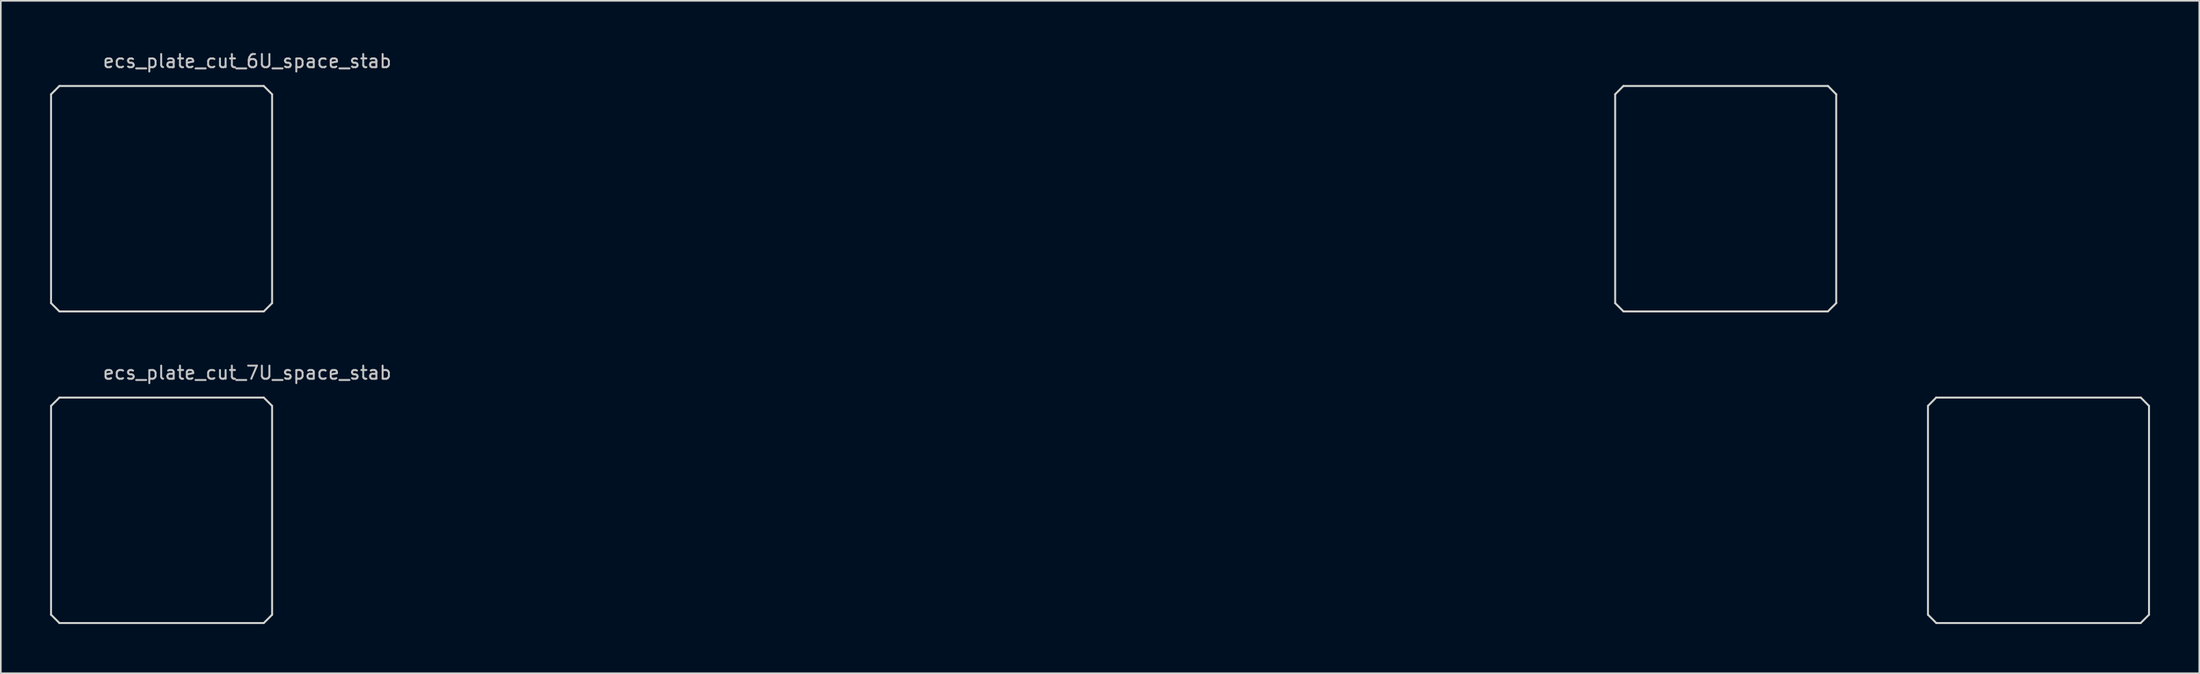
<source format=kicad_pcb>
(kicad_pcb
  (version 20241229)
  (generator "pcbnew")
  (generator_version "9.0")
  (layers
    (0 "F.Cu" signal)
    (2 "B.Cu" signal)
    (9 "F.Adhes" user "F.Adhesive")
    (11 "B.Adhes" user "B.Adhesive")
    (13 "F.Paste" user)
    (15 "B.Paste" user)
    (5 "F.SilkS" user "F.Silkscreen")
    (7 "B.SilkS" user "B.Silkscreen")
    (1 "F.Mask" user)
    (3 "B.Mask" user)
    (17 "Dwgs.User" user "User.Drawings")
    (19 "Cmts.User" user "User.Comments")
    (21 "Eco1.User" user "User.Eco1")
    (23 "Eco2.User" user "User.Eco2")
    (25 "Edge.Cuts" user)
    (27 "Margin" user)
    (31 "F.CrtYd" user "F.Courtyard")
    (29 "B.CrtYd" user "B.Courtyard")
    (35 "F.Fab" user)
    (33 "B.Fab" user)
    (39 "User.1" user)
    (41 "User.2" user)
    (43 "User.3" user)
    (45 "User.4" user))
  (footprint "ecs_plate_cut_7U_space_stab"
    (layer "F.Cu")
    (at 63.948 28.052)
    (property "Reference" "ecs_plate_cut_7U_space_stab" (at -51.943 -8.382 0) (layer "Dwgs.User") (effects (font (size 0.8 0.8) (thickness 0.12))))
    (attr smd)
    (fp_line (start -63.888 -6.364) (end -63.888 6.364) (stroke (width 0.12) (type solid)) (layer "Edge.Cuts"))
    (fp_line (start -63.888 6.364) (end -63.381 6.87) (stroke (width 0.12) (type solid)) (layer "Edge.Cuts"))
    (fp_line (start -63.381 -6.87) (end -63.888 -6.364) (stroke (width 0.12) (type solid)) (layer "Edge.Cuts"))
    (fp_line (start -63.381 6.87) (end -50.933 6.87) (stroke (width 0.12) (type solid)) (layer "Edge.Cuts"))
    (fp_line (start -50.933 -6.87) (end -63.381 -6.87) (stroke (width 0.12) (type solid)) (layer "Edge.Cuts"))
    (fp_line (start -50.933 6.87) (end -50.426 6.364) (stroke (width 0.12) (type solid)) (layer "Edge.Cuts"))
    (fp_line (start -50.426 -6.364) (end -50.933 -6.87) (stroke (width 0.12) (type solid)) (layer "Edge.Cuts"))
    (fp_line (start -50.426 6.364) (end -50.426 -6.364) (stroke (width 0.12) (type solid)) (layer "Edge.Cuts"))
    (fp_line (start 50.419 -6.364) (end 50.419 6.364) (stroke (width 0.12) (type solid)) (layer "Edge.Cuts"))
    (fp_line (start 50.419 -6.364) (end 50.919 -6.87) (stroke (width 0.12) (type solid)) (layer "Edge.Cuts"))
    (fp_line (start 50.419 6.364) (end 50.926 6.87) (stroke (width 0.12) (type solid)) (layer "Edge.Cuts"))
    (fp_line (start 50.919 -6.87) (end 63.381 -6.87) (stroke (width 0.12) (type solid)) (layer "Edge.Cuts"))
    (fp_line (start 50.926 6.87) (end 63.374 6.87) (stroke (width 0.12) (type solid)) (layer "Edge.Cuts"))
    (fp_line (start 63.374 6.87) (end 63.881 6.364) (stroke (width 0.12) (type solid)) (layer "Edge.Cuts"))
    (fp_line (start 63.381 -6.87) (end 63.881 -6.364) (stroke (width 0.12) (type solid)) (layer "Edge.Cuts"))
    (fp_line (start 63.881 6.364) (end 63.881 -6.364) (stroke (width 0.12) (type solid)) (layer "Edge.Cuts")))
  (footprint "ecs_plate_cut_6U_space_stab"
    (layer "F.Cu")
    (at 54.423 9.061)
    (property "Reference" "ecs_plate_cut_6U_space_stab" (at -42.418 -8.382 0) (layer "Dwgs.User") (effects (font (size 0.8 0.8) (thickness 0.12))))
    (attr smd)
    (fp_line (start -54.363 -6.364) (end -54.363 6.364) (stroke (width 0.12) (type solid)) (layer "Edge.Cuts"))
    (fp_line (start -54.363 6.364) (end -53.856 6.87) (stroke (width 0.12) (type solid)) (layer "Edge.Cuts"))
    (fp_line (start -53.856 -6.87) (end -54.363 -6.364) (stroke (width 0.12) (type solid)) (layer "Edge.Cuts"))
    (fp_line (start -53.856 6.87) (end -41.408 6.87) (stroke (width 0.12) (type solid)) (layer "Edge.Cuts"))
    (fp_line (start -41.408 -6.87) (end -53.856 -6.87) (stroke (width 0.12) (type solid)) (layer "Edge.Cuts"))
    (fp_line (start -41.408 6.87) (end -40.901 6.364) (stroke (width 0.12) (type solid)) (layer "Edge.Cuts"))
    (fp_line (start -40.901 -6.364) (end -41.408 -6.87) (stroke (width 0.12) (type solid)) (layer "Edge.Cuts"))
    (fp_line (start -40.901 6.364) (end -40.901 -6.364) (stroke (width 0.12) (type solid)) (layer "Edge.Cuts"))
    (fp_line (start 40.894 -6.364) (end 40.894 6.364) (stroke (width 0.12) (type solid)) (layer "Edge.Cuts"))
    (fp_line (start 40.894 -6.364) (end 41.394 -6.87) (stroke (width 0.12) (type solid)) (layer "Edge.Cuts"))
    (fp_line (start 40.894 6.364) (end 41.401 6.87) (stroke (width 0.12) (type solid)) (layer "Edge.Cuts"))
    (fp_line (start 41.394 -6.87) (end 53.856 -6.87) (stroke (width 0.12) (type solid)) (layer "Edge.Cuts"))
    (fp_line (start 41.401 6.87) (end 53.849 6.87) (stroke (width 0.12) (type solid)) (layer "Edge.Cuts"))
    (fp_line (start 53.849 6.87) (end 54.356 6.364) (stroke (width 0.12) (type solid)) (layer "Edge.Cuts"))
    (fp_line (start 53.856 -6.87) (end 54.356 -6.364) (stroke (width 0.12) (type solid)) (layer "Edge.Cuts"))
    (fp_line (start 54.356 6.364) (end 54.356 -6.364) (stroke (width 0.12) (type solid)) (layer "Edge.Cuts")))
  (gr_rect
    (start -3 -3)
    (end 130.889 37.982)
    (stroke (width 0.1) (type default))
    (fill no)
    (layer "Edge.Cuts")))
</source>
